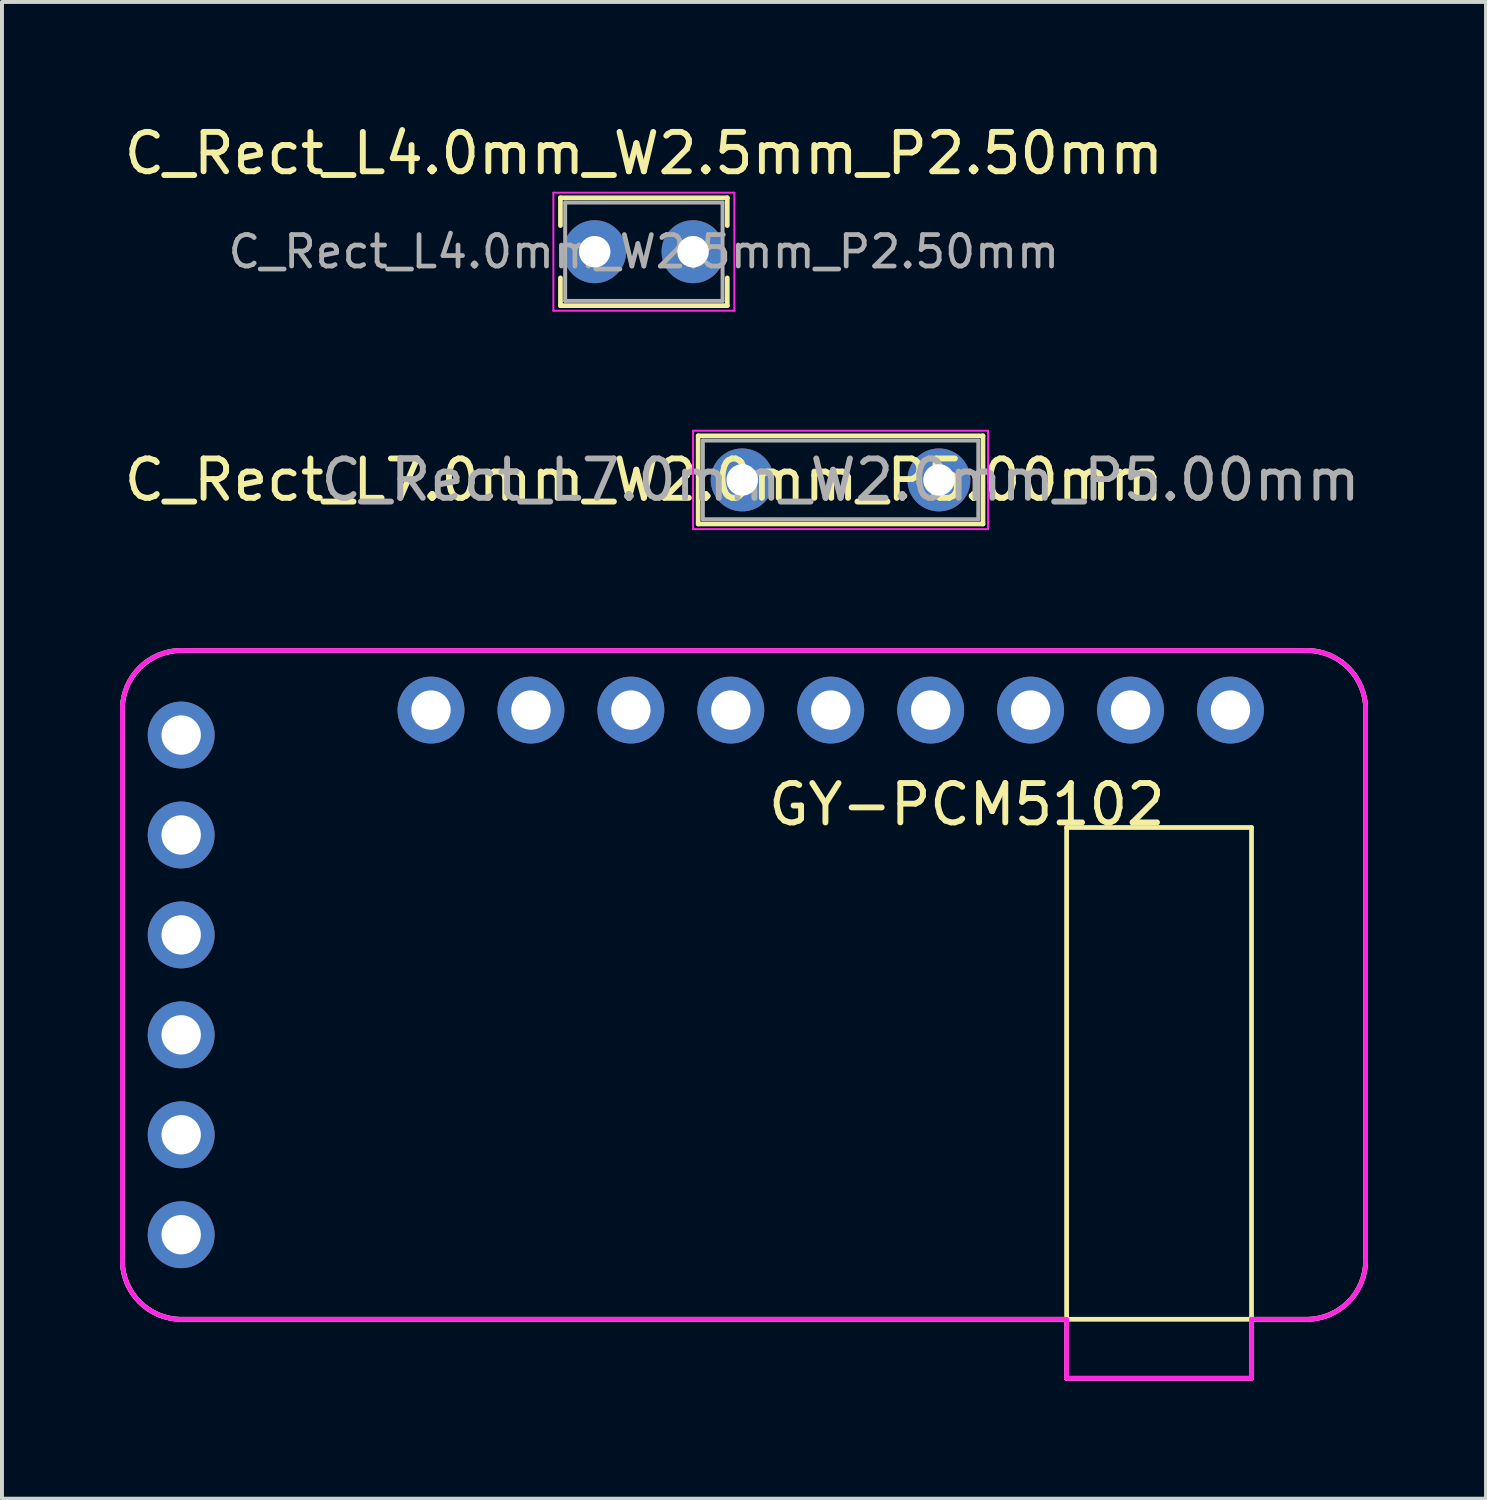
<source format=kicad_pcb>
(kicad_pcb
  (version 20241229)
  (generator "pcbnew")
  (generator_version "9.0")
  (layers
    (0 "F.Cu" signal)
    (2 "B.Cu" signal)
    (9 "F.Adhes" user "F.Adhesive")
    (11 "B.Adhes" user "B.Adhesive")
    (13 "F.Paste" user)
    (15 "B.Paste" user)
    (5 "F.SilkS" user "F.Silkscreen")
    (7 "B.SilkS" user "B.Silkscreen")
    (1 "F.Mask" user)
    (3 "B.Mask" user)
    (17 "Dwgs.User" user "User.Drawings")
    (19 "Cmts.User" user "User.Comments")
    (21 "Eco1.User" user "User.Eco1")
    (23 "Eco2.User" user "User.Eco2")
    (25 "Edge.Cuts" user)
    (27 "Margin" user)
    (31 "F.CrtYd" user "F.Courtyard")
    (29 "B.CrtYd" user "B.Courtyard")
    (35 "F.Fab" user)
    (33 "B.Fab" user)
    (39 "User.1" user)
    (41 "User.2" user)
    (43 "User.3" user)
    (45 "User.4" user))
  (footprint "GY-PCM5102"
    (layer "F.Cu")
    (at 15.86 21.983)
    (property "Reference" "GY-PCM5102" (at 5.665 -4.585 180) (layer "F.SilkS") (effects (font (size 1 1) (thickness 0.15))))
    (attr through_hole)
    (fp_line (start -15.8 -7) (end -15.8 7) (stroke (width 0.12) (type solid)) (layer "F.SilkS"))
    (fp_line (start -14.3 8.5) (end 14.3 8.5) (stroke (width 0.12) (type solid)) (layer "F.SilkS"))
    (fp_line (start 8.2 -4) (end 12.9 -4) (stroke (width 0.12) (type solid)) (layer "F.SilkS"))
    (fp_line (start 8.2 10) (end 8.2 -4) (stroke (width 0.12) (type solid)) (layer "F.SilkS"))
    (fp_line (start 12.9 -4) (end 12.9 10) (stroke (width 0.12) (type solid)) (layer "F.SilkS"))
    (fp_line (start 12.9 10) (end 8.2 10) (stroke (width 0.12) (type solid)) (layer "F.SilkS"))
    (fp_line (start 14.3 -8.5) (end -14.3 -8.5) (stroke (width 0.12) (type solid)) (layer "F.SilkS"))
    (fp_line (start 15.8 7) (end 15.8 -7) (stroke (width 0.12) (type solid)) (layer "F.SilkS"))
    (fp_arc (start -15.8 -7) (mid -15.36066 -8.06066) (end -14.3 -8.5) (stroke (width 0.12) (type solid)) (layer "F.SilkS"))
    (fp_arc (start -14.3 8.5) (mid -15.36066 8.06066) (end -15.8 7) (stroke (width 0.12) (type solid)) (layer "F.SilkS"))
    (fp_arc (start 14.3 -8.5) (mid 15.36066 -8.06066) (end 15.8 -7) (stroke (width 0.12) (type solid)) (layer "F.SilkS"))
    (fp_arc (start 15.8 7) (mid 15.36066 8.06066) (end 14.3 8.5) (stroke (width 0.12) (type solid)) (layer "F.SilkS"))
    (fp_line (start -15.8 -7) (end -15.8 7) (stroke (width 0.12) (type solid)) (layer "F.CrtYd"))
    (fp_line (start 8.2 8.5) (end -14.3 8.5) (stroke (width 0.12) (type solid)) (layer "F.CrtYd"))
    (fp_line (start 8.2 10) (end 8.2 8.5) (stroke (width 0.12) (type solid)) (layer "F.CrtYd"))
    (fp_line (start 12.9 8.5) (end 12.9 10) (stroke (width 0.12) (type solid)) (layer "F.CrtYd"))
    (fp_line (start 12.9 8.5) (end 14.3 8.5) (stroke (width 0.12) (type solid)) (layer "F.CrtYd"))
    (fp_line (start 12.9 10) (end 8.2 10) (stroke (width 0.12) (type solid)) (layer "F.CrtYd"))
    (fp_line (start 14.3 -8.5) (end -14.3 -8.5) (stroke (width 0.12) (type solid)) (layer "F.CrtYd"))
    (fp_line (start 15.8 7) (end 15.8 -7) (stroke (width 0.12) (type solid)) (layer "F.CrtYd"))
    (fp_arc (start -15.8 -7) (mid -15.36066 -8.06066) (end -14.3 -8.5) (stroke (width 0.12) (type solid)) (layer "F.CrtYd"))
    (fp_arc (start -14.3 8.5) (mid -15.36066 8.06066) (end -15.8 7) (stroke (width 0.12) (type solid)) (layer "F.CrtYd"))
    (fp_arc (start 14.3 -8.5) (mid 15.36066 -8.06066) (end 15.8 -7) (stroke (width 0.12) (type solid)) (layer "F.CrtYd"))
    (fp_arc (start 15.8 7) (mid 15.36066 8.06066) (end 14.3 8.5) (stroke (width 0.12) (type solid)) (layer "F.CrtYd"))
    (fp_line (start -15.8 -7) (end -15.8 7) (stroke (width 0.12) (type solid)) (layer "F.Fab"))
    (fp_line (start 8.2 8.5) (end -14.3 8.5) (stroke (width 0.12) (type solid)) (layer "F.Fab"))
    (fp_line (start 8.2 10) (end 8.2 8.5) (stroke (width 0.12) (type solid)) (layer "F.Fab"))
    (fp_line (start 12.9 8.5) (end 12.9 10) (stroke (width 0.12) (type solid)) (layer "F.Fab"))
    (fp_line (start 12.9 8.5) (end 14.3 8.5) (stroke (width 0.12) (type solid)) (layer "F.Fab"))
    (fp_line (start 12.9 10) (end 8.2 10) (stroke (width 0.12) (type solid)) (layer "F.Fab"))
    (fp_line (start 14.3 -8.5) (end -14.3 -8.5) (stroke (width 0.12) (type solid)) (layer "F.Fab"))
    (fp_line (start 15.8 7) (end 15.8 -7) (stroke (width 0.12) (type solid)) (layer "F.Fab"))
    (fp_arc (start -15.8 -7) (mid -15.36066 -8.06066) (end -14.3 -8.5) (stroke (width 0.12) (type solid)) (layer "F.Fab"))
    (fp_arc (start -14.3 8.5) (mid -15.36066 8.06066) (end -15.8 7) (stroke (width 0.12) (type solid)) (layer "F.Fab"))
    (fp_arc (start 14.3 -8.5) (mid 15.36066 -8.06066) (end 15.8 -7) (stroke (width 0.12) (type solid)) (layer "F.Fab"))
    (fp_arc (start 15.8 7) (mid 15.36066 8.06066) (end 14.3 8.5) (stroke (width 0.12) (type solid)) (layer "F.Fab"))
    (pad "1" thru_hole circle (at -14.305 -6.35) (size 1.7 1.7) (drill 1) (layers "*.Cu" "*.Mask"))
    (pad "2" thru_hole circle (at -14.305 -3.81) (size 1.7 1.7) (drill 1) (layers "*.Cu" "*.Mask"))
    (pad "3" thru_hole circle (at -14.305 -1.27) (size 1.7 1.7) (drill 1) (layers "*.Cu" "*.Mask"))
    (pad "4" thru_hole circle (at -14.305 1.27) (size 1.7 1.7) (drill 1) (layers "*.Cu" "*.Mask"))
    (pad "5" thru_hole circle (at -14.305 3.81) (size 1.7 1.7) (drill 1) (layers "*.Cu" "*.Mask"))
    (pad "6" thru_hole circle (at -14.305 6.35) (size 1.7 1.7) (drill 1) (layers "*.Cu" "*.Mask"))
    (pad "7" thru_hole circle (at 12.365 -6.985) (size 1.7 1.7) (drill 1) (layers "*.Cu" "*.Mask"))
    (pad "8" thru_hole circle (at 9.825 -6.985) (size 1.7 1.7) (drill 1) (layers "*.Cu" "*.Mask"))
    (pad "9" thru_hole circle (at 7.285 -6.985) (size 1.7 1.7) (drill 1) (layers "*.Cu" "*.Mask"))
    (pad "10" thru_hole circle (at 4.745 -6.985) (size 1.7 1.7) (drill 1) (layers "*.Cu" "*.Mask"))
    (pad "11" thru_hole circle (at 2.205 -6.985) (size 1.7 1.7) (drill 1) (layers "*.Cu" "*.Mask"))
    (pad "12" thru_hole circle (at -0.335 -6.985) (size 1.7 1.7) (drill 1) (layers "*.Cu" "*.Mask"))
    (pad "13" thru_hole circle (at -2.875 -6.985) (size 1.7 1.7) (drill 1) (layers "*.Cu" "*.Mask"))
    (pad "14" thru_hole circle (at -5.415 -6.985) (size 1.7 1.7) (drill 1) (layers "*.Cu" "*.Mask"))
    (pad "15" thru_hole circle (at -7.955 -6.985) (size 1.7 1.7) (drill 1) (layers "*.Cu" "*.Mask")))
  (footprint "C_Rect_L4.0mm_W2.5mm_P2.50mm"
    (layer "F.Cu")
    (at 12.065 3.348)
    (property "Reference" "C_Rect_L4.0mm_W2.5mm_P2.50mm" (at 1.25 -2.5 0) (layer "F.SilkS") (effects (font (size 1 1) (thickness 0.15))))
    (attr through_hole)
    (fp_line (start -0.87 -1.37) (end -0.87 -0.665) (stroke (width 0.12) (type solid)) (layer "F.SilkS"))
    (fp_line (start -0.87 -1.37) (end 3.37 -1.37) (stroke (width 0.12) (type solid)) (layer "F.SilkS"))
    (fp_line (start -0.87 0.665) (end -0.87 1.37) (stroke (width 0.12) (type solid)) (layer "F.SilkS"))
    (fp_line (start -0.87 1.37) (end 3.37 1.37) (stroke (width 0.12) (type solid)) (layer "F.SilkS"))
    (fp_line (start 3.37 -1.37) (end 3.37 -0.665) (stroke (width 0.12) (type solid)) (layer "F.SilkS"))
    (fp_line (start 3.37 0.665) (end 3.37 1.37) (stroke (width 0.12) (type solid)) (layer "F.SilkS"))
    (fp_line (start -1.05 -1.5) (end -1.05 1.5) (stroke (width 0.05) (type solid)) (layer "F.CrtYd"))
    (fp_line (start -1.05 1.5) (end 3.55 1.5) (stroke (width 0.05) (type solid)) (layer "F.CrtYd"))
    (fp_line (start 3.55 -1.5) (end -1.05 -1.5) (stroke (width 0.05) (type solid)) (layer "F.CrtYd"))
    (fp_line (start 3.55 1.5) (end 3.55 -1.5) (stroke (width 0.05) (type solid)) (layer "F.CrtYd"))
    (fp_line (start -0.75 -1.25) (end -0.75 1.25) (stroke (width 0.1) (type solid)) (layer "F.Fab"))
    (fp_line (start -0.75 1.25) (end 3.25 1.25) (stroke (width 0.1) (type solid)) (layer "F.Fab"))
    (fp_line (start 3.25 -1.25) (end -0.75 -1.25) (stroke (width 0.1) (type solid)) (layer "F.Fab"))
    (fp_line (start 3.25 1.25) (end 3.25 -1.25) (stroke (width 0.1) (type solid)) (layer "F.Fab"))
    (fp_text user "${REFERENCE}" (at 1.25 0 0) (layer "F.Fab") (effects (font (size 0.8 0.8) (thickness 0.12))))
    (pad "1" thru_hole circle (at 0 0) (size 1.6 1.6) (drill 0.8) (layers "*.Cu" "*.Mask"))
    (pad "2" thru_hole circle (at 2.5 0) (size 1.6 1.6) (drill 0.8) (layers "*.Cu" "*.Mask")))
  (footprint "C_Rect_L7.0mm_W2.0mm_P5.00mm"
    (layer "F.Cu")
    (at 15.815 9.148)
    (property "Reference" "C_Rect_L7.0mm_W2.0mm_P5.00mm" (at -2.5 0 180) (layer "F.SilkS") (effects (font (size 1 1) (thickness 0.15))))
    (attr through_hole)
    (fp_line (start -1.12 -1.12) (end -1.12 1.12) (stroke (width 0.12) (type solid)) (layer "F.SilkS"))
    (fp_line (start -1.12 -1.12) (end 6.12 -1.12) (stroke (width 0.12) (type solid)) (layer "F.SilkS"))
    (fp_line (start -1.12 1.12) (end 6.12 1.12) (stroke (width 0.12) (type solid)) (layer "F.SilkS"))
    (fp_line (start 6.12 -1.12) (end 6.12 1.12) (stroke (width 0.12) (type solid)) (layer "F.SilkS"))
    (fp_line (start -1.25 -1.25) (end -1.25 1.25) (stroke (width 0.05) (type solid)) (layer "F.CrtYd"))
    (fp_line (start -1.25 1.25) (end 6.25 1.25) (stroke (width 0.05) (type solid)) (layer "F.CrtYd"))
    (fp_line (start 6.25 -1.25) (end -1.25 -1.25) (stroke (width 0.05) (type solid)) (layer "F.CrtYd"))
    (fp_line (start 6.25 1.25) (end 6.25 -1.25) (stroke (width 0.05) (type solid)) (layer "F.CrtYd"))
    (fp_line (start -1 -1) (end -1 1) (stroke (width 0.1) (type solid)) (layer "F.Fab"))
    (fp_line (start -1 1) (end 6 1) (stroke (width 0.1) (type solid)) (layer "F.Fab"))
    (fp_line (start 6 -1) (end -1 -1) (stroke (width 0.1) (type solid)) (layer "F.Fab"))
    (fp_line (start 6 1) (end 6 -1) (stroke (width 0.1) (type solid)) (layer "F.Fab"))
    (fp_text user "${REFERENCE}" (at 2.5 0 180) (layer "F.Fab") (effects (font (size 1 1) (thickness 0.15))))
    (pad "1" thru_hole circle (at 0 0) (size 1.6 1.6) (drill 0.8) (layers "*.Cu" "*.Mask"))
    (pad "2" thru_hole circle (at 5 0) (size 1.6 1.6) (drill 0.8) (layers "*.Cu" "*.Mask")))
  (gr_rect
    (start -3 -3)
    (end 34.72 35.043)
    (stroke (width 0.1) (type default))
    (fill no)
    (layer "Edge.Cuts")))
</source>
